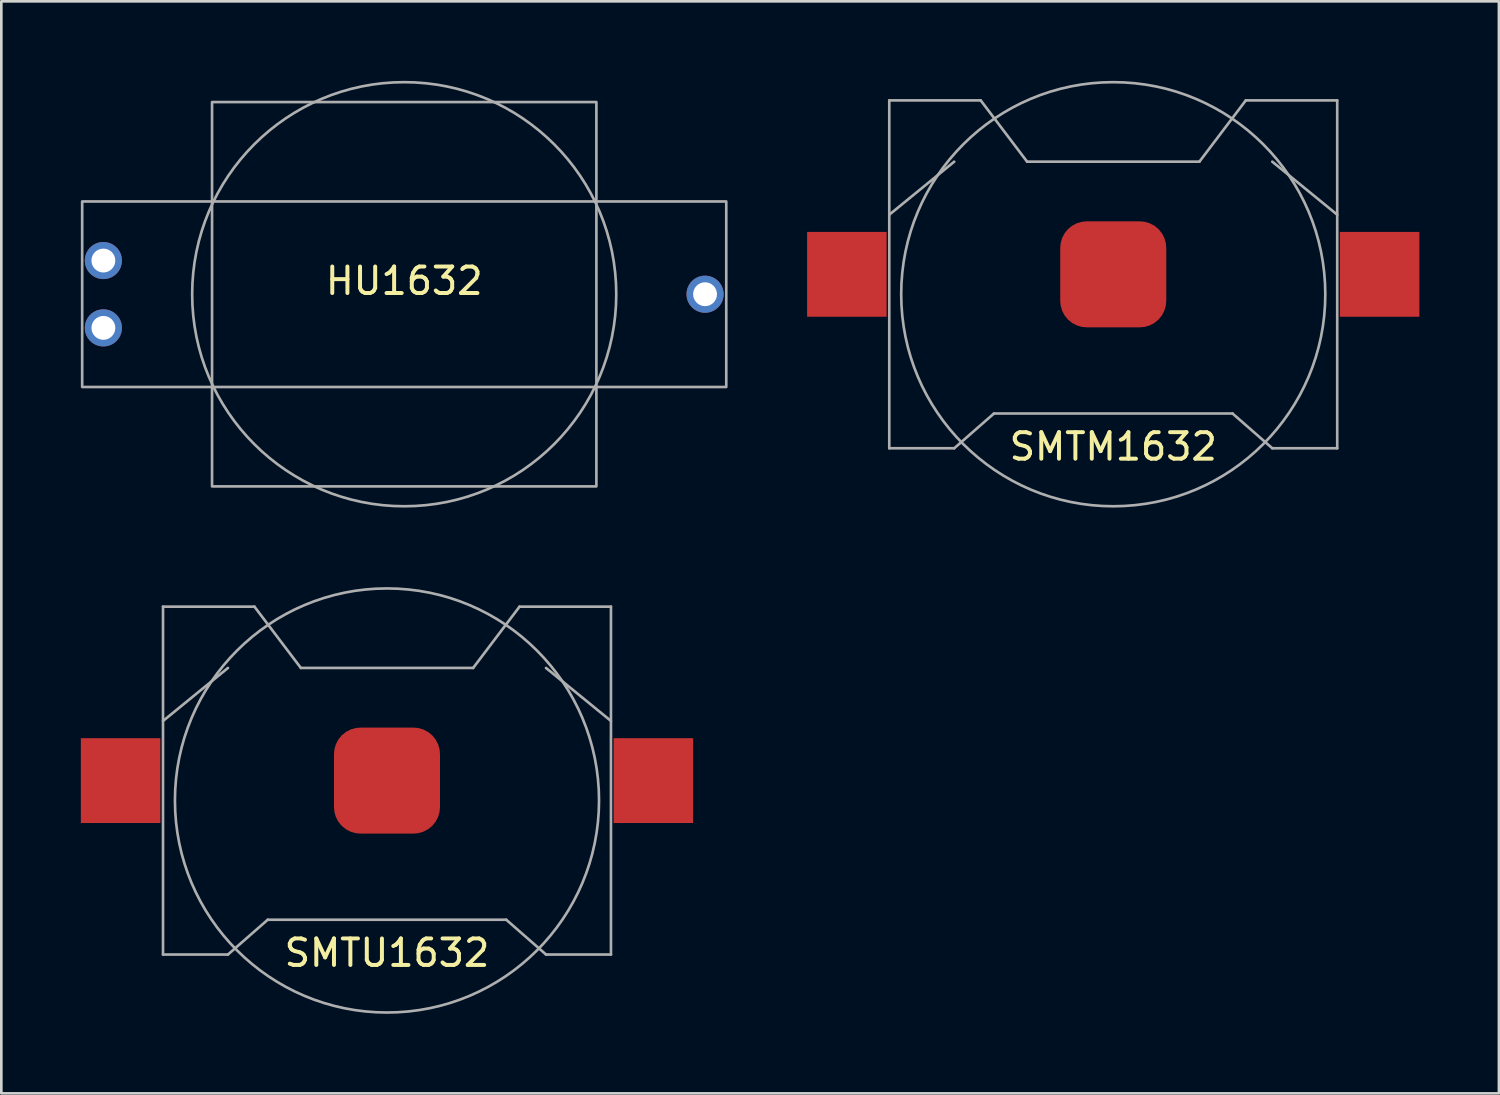
<source format=kicad_pcb>
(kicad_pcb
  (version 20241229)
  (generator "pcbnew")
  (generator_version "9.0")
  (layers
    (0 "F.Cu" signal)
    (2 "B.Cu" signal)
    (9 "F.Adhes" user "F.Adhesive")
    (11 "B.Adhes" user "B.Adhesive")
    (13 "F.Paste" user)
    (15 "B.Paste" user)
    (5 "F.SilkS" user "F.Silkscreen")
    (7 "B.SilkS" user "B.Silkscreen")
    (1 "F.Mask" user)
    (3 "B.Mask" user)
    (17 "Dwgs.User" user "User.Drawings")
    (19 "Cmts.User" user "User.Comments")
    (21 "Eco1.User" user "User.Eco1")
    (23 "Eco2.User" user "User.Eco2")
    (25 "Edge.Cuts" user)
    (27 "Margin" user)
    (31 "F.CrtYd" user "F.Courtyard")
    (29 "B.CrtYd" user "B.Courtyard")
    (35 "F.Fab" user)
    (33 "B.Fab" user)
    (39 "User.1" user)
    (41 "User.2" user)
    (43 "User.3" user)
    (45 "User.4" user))
  (footprint "HU1632"
    (layer "F.Cu")
    (at 12.2 8.05)
    (property "Reference" "HU1632" (at 0 -0.5 0) (unlocked yes) (layer "F.SilkS") (effects (font (size 1 1) (thickness 0.15))))
    (attr smd)
    (fp_rect (start -12.15 -3.5) (end 12.15 3.5) (stroke (width 0.1) (type solid)) (fill no) (layer "F.Fab"))
    (fp_rect (start -7.25 -7.25) (end 7.25 7.25) (stroke (width 0.1) (type solid)) (fill no) (layer "F.Fab"))
    (fp_circle (center 0 0) (end 8 0) (stroke (width 0.1) (type solid)) (fill no) (layer "F.Fab"))
    (pad "1" thru_hole circle (at -11.35 -1.27) (size 1.4 1.4) (drill 0.9) (layers "*.Cu" "*.Mask"))
    (pad "1" thru_hole circle (at -11.35 1.27) (size 1.4 1.4) (drill 0.9) (layers "*.Cu" "*.Mask"))
    (pad "2" thru_hole circle (at 11.35 0) (size 1.4 1.4) (drill 0.9) (layers "*.Cu" "*.Mask")))
  (footprint "SMTM1632"
    (layer "F.Cu")
    (at 38.95 7.3)
    (property "Reference" "SMTM1632" (at 0 6.5 0) (unlocked yes) (layer "F.SilkS") (effects (font (size 1 1) (thickness 0.15))))
    (attr smd)
    (fp_line (start -8.45 -6.562) (end -8.45 6.562) (stroke (width 0.1) (type solid)) (layer "F.Fab"))
    (fp_line (start -8.45 -6.562) (end -5 -6.562) (stroke (width 0.1) (type solid)) (layer "F.Fab"))
    (fp_line (start -8.45 -2.25) (end -6 -4.25) (stroke (width 0.1) (type solid)) (layer "F.Fab"))
    (fp_line (start -8.45 6.562) (end -6 6.562) (stroke (width 0.1) (type solid)) (layer "F.Fab"))
    (fp_line (start -6 6.562) (end -4.5 5.25) (stroke (width 0.1) (type solid)) (layer "F.Fab"))
    (fp_line (start -5 -6.562) (end -3.25 -4.25) (stroke (width 0.1) (type solid)) (layer "F.Fab"))
    (fp_line (start -4.5 5.25) (end 4.5 5.25) (stroke (width 0.1) (type solid)) (layer "F.Fab"))
    (fp_line (start -3.25 -4.25) (end 3.25 -4.25) (stroke (width 0.1) (type solid)) (layer "F.Fab"))
    (fp_line (start 4.5 5.25) (end 6 6.562) (stroke (width 0.1) (type solid)) (layer "F.Fab"))
    (fp_line (start 5 -6.562) (end 3.25 -4.25) (stroke (width 0.1) (type solid)) (layer "F.Fab"))
    (fp_line (start 5 -6.562) (end 8.45 -6.562) (stroke (width 0.1) (type solid)) (layer "F.Fab"))
    (fp_line (start 8.45 -6.562) (end 8.45 6.562) (stroke (width 0.1) (type solid)) (layer "F.Fab"))
    (fp_line (start 8.45 -2.25) (end 6 -4.25) (stroke (width 0.1) (type solid)) (layer "F.Fab"))
    (fp_line (start 8.45 6.562) (end 6 6.562) (stroke (width 0.1) (type solid)) (layer "F.Fab"))
    (fp_circle (center 0 0.75) (end -8 0.75) (stroke (width 0.1) (type solid)) (fill no) (layer "F.Fab"))
    (pad "1" smd rect (at -10.05 0) (size 3 3.2) (layers "F.Cu" "F.Mask"))
    (pad "1" smd rect (at 10.05 0) (size 3 3.2) (layers "F.Cu" "F.Mask"))
    (pad "2" smd roundrect (at 0 0) (size 4 4) (layers "F.Cu" "F.Mask") (roundrect_rratio 0.25)))
  (footprint "SMTU1632"
    (layer "F.Cu")
    (at 11.55 26.4)
    (property "Reference" "SMTU1632" (at 0 6.5 0) (unlocked yes) (layer "F.SilkS") (effects (font (size 1 1) (thickness 0.15))))
    (attr smd)
    (fp_line (start -8.45 -6.562) (end -8.45 6.562) (stroke (width 0.1) (type solid)) (layer "F.Fab"))
    (fp_line (start -8.45 -6.562) (end -5 -6.562) (stroke (width 0.1) (type solid)) (layer "F.Fab"))
    (fp_line (start -8.45 -2.25) (end -6 -4.25) (stroke (width 0.1) (type solid)) (layer "F.Fab"))
    (fp_line (start -8.45 6.562) (end -6 6.562) (stroke (width 0.1) (type solid)) (layer "F.Fab"))
    (fp_line (start -6 6.562) (end -4.5 5.25) (stroke (width 0.1) (type solid)) (layer "F.Fab"))
    (fp_line (start -5 -6.562) (end -3.25 -4.25) (stroke (width 0.1) (type solid)) (layer "F.Fab"))
    (fp_line (start -4.5 5.25) (end 4.5 5.25) (stroke (width 0.1) (type solid)) (layer "F.Fab"))
    (fp_line (start -3.25 -4.25) (end 3.25 -4.25) (stroke (width 0.1) (type solid)) (layer "F.Fab"))
    (fp_line (start 4.5 5.25) (end 6 6.562) (stroke (width 0.1) (type solid)) (layer "F.Fab"))
    (fp_line (start 5 -6.562) (end 3.25 -4.25) (stroke (width 0.1) (type solid)) (layer "F.Fab"))
    (fp_line (start 5 -6.562) (end 8.45 -6.562) (stroke (width 0.1) (type solid)) (layer "F.Fab"))
    (fp_line (start 8.45 -6.562) (end 8.45 6.562) (stroke (width 0.1) (type solid)) (layer "F.Fab"))
    (fp_line (start 8.45 -2.25) (end 6 -4.25) (stroke (width 0.1) (type solid)) (layer "F.Fab"))
    (fp_line (start 8.45 6.562) (end 6 6.562) (stroke (width 0.1) (type solid)) (layer "F.Fab"))
    (fp_circle (center 0 0.75) (end -8 0.75) (stroke (width 0.1) (type solid)) (fill no) (layer "F.Fab"))
    (pad "1" smd rect (at -10.05 0) (size 3 3.2) (layers "F.Cu" "F.Mask"))
    (pad "1" smd rect (at 10.05 0) (size 3 3.2) (layers "F.Cu" "F.Mask"))
    (pad "2" smd roundrect (at 0 0) (size 4 4) (layers "F.Cu" "F.Mask") (roundrect_rratio 0.25)))
  (gr_rect
    (start -3 -3)
    (end 53.5 38.2)
    (stroke (width 0.1) (type default))
    (fill no)
    (layer "Edge.Cuts")))
</source>
